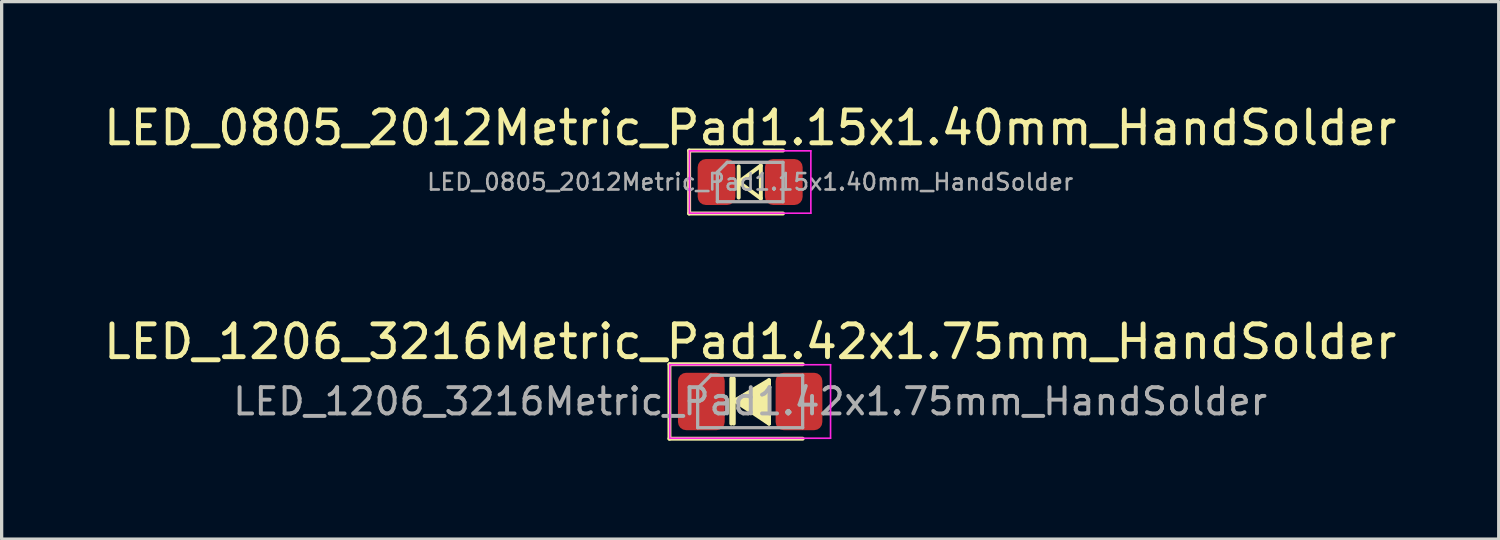
<source format=kicad_pcb>
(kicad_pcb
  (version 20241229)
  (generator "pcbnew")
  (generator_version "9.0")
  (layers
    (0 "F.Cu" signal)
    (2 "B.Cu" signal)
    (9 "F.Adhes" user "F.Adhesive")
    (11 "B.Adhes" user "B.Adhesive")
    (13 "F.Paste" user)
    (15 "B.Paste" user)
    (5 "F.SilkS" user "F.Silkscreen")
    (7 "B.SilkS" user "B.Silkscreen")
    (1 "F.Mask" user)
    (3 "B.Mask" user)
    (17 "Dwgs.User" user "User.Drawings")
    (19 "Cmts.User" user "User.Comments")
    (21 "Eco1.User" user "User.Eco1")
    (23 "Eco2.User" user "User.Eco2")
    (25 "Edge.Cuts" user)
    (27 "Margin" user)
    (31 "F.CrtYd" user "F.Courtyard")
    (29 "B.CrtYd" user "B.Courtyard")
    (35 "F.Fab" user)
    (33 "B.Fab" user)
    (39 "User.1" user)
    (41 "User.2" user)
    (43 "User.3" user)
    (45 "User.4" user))
  (footprint "LED_1206_3216Metric_Pad1.42x1.75mm_HandSolder"
    (layer "F.Cu")
    (at 19.815 9.187)
    (property "Reference" "LED_1206_3216Metric_Pad1.42x1.75mm_HandSolder" (at 0 -1.82 0) (layer "F.SilkS") (effects (font (size 1 1) (thickness 0.15))))
    (attr smd)
    (fp_line (start -2.46 -1.135) (end -2.46 1.135) (stroke (width 0.12) (type solid)) (layer "F.SilkS"))
    (fp_line (start -2.46 1.135) (end 1.6 1.135) (stroke (width 0.12) (type solid)) (layer "F.SilkS"))
    (fp_line (start -0.575 -0.7) (end -0.575 0.675) (stroke (width 0.12) (type solid)) (layer "F.SilkS"))
    (fp_line (start -0.5 -0.7) (end -0.5 0.675) (stroke (width 0.12) (type solid)) (layer "F.SilkS"))
    (fp_line (start -0.475 -0.025) (end 0.575 -0.65) (stroke (width 0.12) (type solid)) (layer "F.SilkS"))
    (fp_line (start 0.575 -0.65) (end 0.575 0.65) (stroke (width 0.12) (type solid)) (layer "F.SilkS"))
    (fp_line (start 0.575 0.65) (end 0.575 0.675) (stroke (width 0.12) (type solid)) (layer "F.SilkS"))
    (fp_line (start 0.575 0.675) (end -0.475 -0.025) (stroke (width 0.12) (type solid)) (layer "F.SilkS"))
    (fp_line (start 1.6 -1.135) (end -2.46 -1.135) (stroke (width 0.12) (type solid)) (layer "F.SilkS"))
    (fp_poly (pts (xy 0.575 -0.4) (xy 0.575 0.675) (xy -0.425 -0.05) (xy 0.575 -0.625)) (stroke (width 0.1) (type solid)) (fill yes) (layer "F.SilkS"))
    (fp_line (start -2.45 -1.12) (end 2.45 -1.12) (stroke (width 0.05) (type solid)) (layer "F.CrtYd"))
    (fp_line (start -2.45 1.12) (end -2.45 -1.12) (stroke (width 0.05) (type solid)) (layer "F.CrtYd"))
    (fp_line (start 2.45 -1.12) (end 2.45 1.12) (stroke (width 0.05) (type solid)) (layer "F.CrtYd"))
    (fp_line (start 2.45 1.12) (end -2.45 1.12) (stroke (width 0.05) (type solid)) (layer "F.CrtYd"))
    (fp_line (start -1.6 -0.4) (end -1.6 0.8) (stroke (width 0.1) (type solid)) (layer "F.Fab"))
    (fp_line (start -1.6 0.8) (end 1.6 0.8) (stroke (width 0.1) (type solid)) (layer "F.Fab"))
    (fp_line (start -1.2 -0.8) (end -1.6 -0.4) (stroke (width 0.1) (type solid)) (layer "F.Fab"))
    (fp_line (start 1.6 -0.8) (end -1.2 -0.8) (stroke (width 0.1) (type solid)) (layer "F.Fab"))
    (fp_line (start 1.6 0.8) (end 1.6 -0.8) (stroke (width 0.1) (type solid)) (layer "F.Fab"))
    (fp_text user "${REFERENCE}" (at 0 0 0) (layer "F.Fab") (effects (font (size 0.8 0.8) (thickness 0.12))))
    (pad "1" smd roundrect (at -1.488 0) (size 1.425 1.75) (layers "F.Cu" "F.Mask" "F.Paste") (roundrect_rratio 0.175))
    (pad "2" smd roundrect (at 1.488 0) (size 1.425 1.75) (layers "F.Cu" "F.Mask" "F.Paste") (roundrect_rratio 0.175)))
  (footprint "LED_0805_2012Metric_Pad1.15x1.40mm_HandSolder"
    (layer "F.Cu")
    (at 19.815 2.498)
    (property "Reference" "LED_0805_2012Metric_Pad1.15x1.40mm_HandSolder" (at 0 -1.65 0) (layer "F.SilkS") (effects (font (size 1 1) (thickness 0.15))))
    (attr smd)
    (fp_line (start -1.86 -0.96) (end -1.86 0.96) (stroke (width 0.12) (type solid)) (layer "F.SilkS"))
    (fp_line (start -1.86 0.96) (end 1 0.96) (stroke (width 0.12) (type solid)) (layer "F.SilkS"))
    (fp_line (start -0.35 -0.475) (end -0.35 0.475) (stroke (width 0.12) (type solid)) (layer "F.SilkS"))
    (fp_line (start -0.35 0) (end 0.325 -0.5) (stroke (width 0.12) (type solid)) (layer "F.SilkS"))
    (fp_line (start 0.325 -0.5) (end 0.325 0.5) (stroke (width 0.12) (type solid)) (layer "F.SilkS"))
    (fp_line (start 0.325 0.5) (end -0.35 0) (stroke (width 0.12) (type solid)) (layer "F.SilkS"))
    (fp_line (start 1 -0.96) (end -1.86 -0.96) (stroke (width 0.12) (type solid)) (layer "F.SilkS"))
    (fp_line (start -1.85 -0.95) (end 1.85 -0.95) (stroke (width 0.05) (type solid)) (layer "F.CrtYd"))
    (fp_line (start -1.85 0.95) (end -1.85 -0.95) (stroke (width 0.05) (type solid)) (layer "F.CrtYd"))
    (fp_line (start 1.85 -0.95) (end 1.85 0.95) (stroke (width 0.05) (type solid)) (layer "F.CrtYd"))
    (fp_line (start 1.85 0.95) (end -1.85 0.95) (stroke (width 0.05) (type solid)) (layer "F.CrtYd"))
    (fp_line (start -1 -0.3) (end -1 0.6) (stroke (width 0.1) (type solid)) (layer "F.Fab"))
    (fp_line (start -1 0.6) (end 1 0.6) (stroke (width 0.1) (type solid)) (layer "F.Fab"))
    (fp_line (start -0.7 -0.6) (end -1 -0.3) (stroke (width 0.1) (type solid)) (layer "F.Fab"))
    (fp_line (start 1 -0.6) (end -0.7 -0.6) (stroke (width 0.1) (type solid)) (layer "F.Fab"))
    (fp_line (start 1 0.6) (end 1 -0.6) (stroke (width 0.1) (type solid)) (layer "F.Fab"))
    (fp_text user "${REFERENCE}" (at 0 0 0) (layer "F.Fab") (effects (font (size 0.5 0.5) (thickness 0.08))))
    (pad "1" smd roundrect (at -1.025 0) (size 1.15 1.4) (layers "F.Cu" "F.Mask" "F.Paste") (roundrect_rratio 0.217))
    (pad "2" smd roundrect (at 1.025 0) (size 1.15 1.4) (layers "F.Cu" "F.Mask" "F.Paste") (roundrect_rratio 0.217)))
  (gr_rect
    (start -3 -3)
    (end 42.631 13.382)
    (stroke (width 0.1) (type default))
    (fill no)
    (layer "Edge.Cuts")))
</source>
